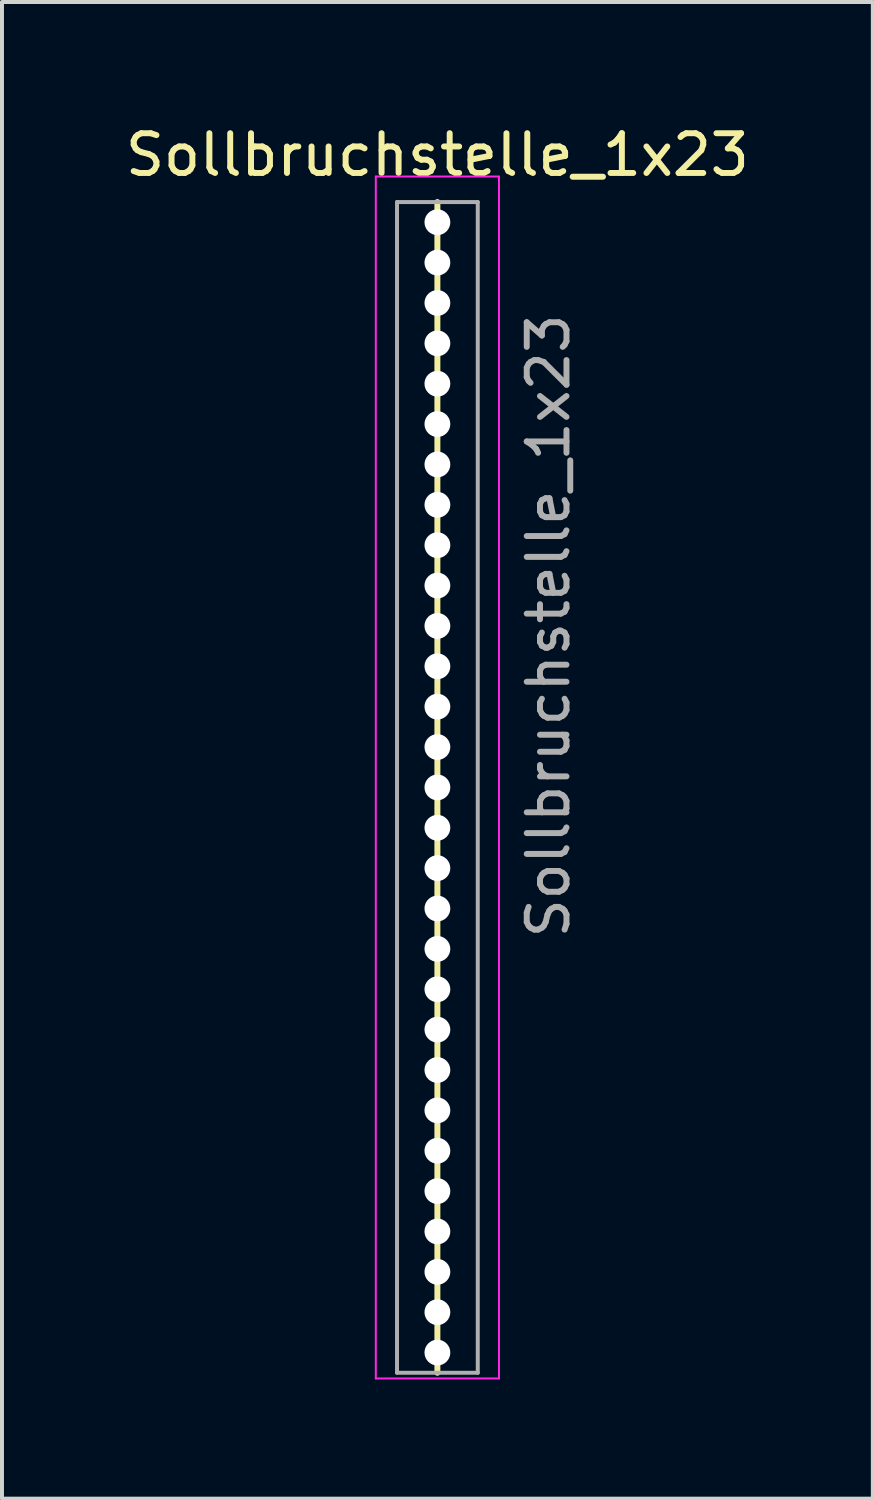
<source format=kicad_pcb>
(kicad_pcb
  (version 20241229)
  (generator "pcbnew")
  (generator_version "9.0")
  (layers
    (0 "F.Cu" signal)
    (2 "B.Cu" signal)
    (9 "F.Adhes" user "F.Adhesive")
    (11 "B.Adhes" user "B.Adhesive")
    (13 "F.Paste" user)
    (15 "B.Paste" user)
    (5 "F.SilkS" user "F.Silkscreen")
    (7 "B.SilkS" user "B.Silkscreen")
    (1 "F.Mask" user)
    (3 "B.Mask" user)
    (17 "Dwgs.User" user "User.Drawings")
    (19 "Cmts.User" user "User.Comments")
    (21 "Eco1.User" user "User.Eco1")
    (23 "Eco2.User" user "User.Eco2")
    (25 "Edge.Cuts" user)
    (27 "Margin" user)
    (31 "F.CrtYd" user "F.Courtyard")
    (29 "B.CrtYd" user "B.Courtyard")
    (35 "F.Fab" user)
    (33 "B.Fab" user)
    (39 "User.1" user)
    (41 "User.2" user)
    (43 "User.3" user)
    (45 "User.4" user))
  (footprint "Sollbruchstelle_1x23"
    (layer "F.Cu")
    (at 7.958 2.543)
    (property "Reference" "Sollbruchstelle_1x23" (at 0 -1.695 0) (layer "F.SilkS") (effects (font (size 1 1) (thickness 0.15))))
    (attr through_hole)
    (fp_line (start 0 -0.508) (end 0 28.956) (stroke (width 0.15) (type solid)) (layer "F.SilkS"))
    (fp_line (start -1.55 -1.15) (end -1.55 29.1) (stroke (width 0.05) (type solid)) (layer "F.CrtYd"))
    (fp_line (start -1.55 29.1) (end 1.55 29.1) (stroke (width 0.05) (type solid)) (layer "F.CrtYd"))
    (fp_line (start 1.55 -1.15) (end -1.55 -1.15) (stroke (width 0.05) (type solid)) (layer "F.CrtYd"))
    (fp_line (start 1.55 29.1) (end 1.55 -1.15) (stroke (width 0.05) (type solid)) (layer "F.CrtYd"))
    (fp_line (start -1.016 -0.508) (end 1.016 -0.508) (stroke (width 0.1) (type solid)) (layer "F.Fab"))
    (fp_line (start -1.016 28.956) (end -1.016 -0.508) (stroke (width 0.1) (type solid)) (layer "F.Fab"))
    (fp_line (start 1.016 -0.508) (end 1.016 28.956) (stroke (width 0.1) (type solid)) (layer "F.Fab"))
    (fp_line (start 1.016 28.956) (end -1.016 28.956) (stroke (width 0.1) (type solid)) (layer "F.Fab"))
    (fp_text user "${REFERENCE}" (at 2.794 10.16 90) (layer "F.Fab") (effects (font (size 1 1) (thickness 0.15))))
    (pad "" np_thru_hole circle (at 0 0) (size 0.65 0.65) (drill 0.65) (layers "*.Cu" "*.Mask"))
    (pad "" np_thru_hole circle (at 0 1.016) (size 0.65 0.65) (drill 0.65) (layers "*.Cu" "*.Mask"))
    (pad "" np_thru_hole circle (at 0 2.032) (size 0.65 0.65) (drill 0.65) (layers "*.Cu" "*.Mask"))
    (pad "" np_thru_hole circle (at 0 3.048) (size 0.65 0.65) (drill 0.65) (layers "*.Cu" "*.Mask"))
    (pad "" np_thru_hole circle (at 0 4.064) (size 0.65 0.65) (drill 0.65) (layers "*.Cu" "*.Mask"))
    (pad "" np_thru_hole circle (at 0 5.08) (size 0.65 0.65) (drill 0.65) (layers "*.Cu" "*.Mask"))
    (pad "" np_thru_hole circle (at 0 6.096) (size 0.65 0.65) (drill 0.65) (layers "*.Cu" "*.Mask"))
    (pad "" np_thru_hole circle (at 0 7.112) (size 0.65 0.65) (drill 0.65) (layers "*.Cu" "*.Mask"))
    (pad "" np_thru_hole circle (at 0 8.128) (size 0.65 0.65) (drill 0.65) (layers "*.Cu" "*.Mask"))
    (pad "" np_thru_hole circle (at 0 9.144) (size 0.65 0.65) (drill 0.65) (layers "*.Cu" "*.Mask"))
    (pad "" np_thru_hole circle (at 0 10.16) (size 0.65 0.65) (drill 0.65) (layers "*.Cu" "*.Mask"))
    (pad "" np_thru_hole circle (at 0 11.176) (size 0.65 0.65) (drill 0.65) (layers "*.Cu" "*.Mask"))
    (pad "" np_thru_hole circle (at 0 12.192) (size 0.65 0.65) (drill 0.65) (layers "*.Cu" "*.Mask"))
    (pad "" np_thru_hole circle (at 0 13.208) (size 0.65 0.65) (drill 0.65) (layers "*.Cu" "*.Mask"))
    (pad "" np_thru_hole circle (at 0 14.224) (size 0.65 0.65) (drill 0.65) (layers "*.Cu" "*.Mask"))
    (pad "" np_thru_hole circle (at 0 15.24) (size 0.65 0.65) (drill 0.65) (layers "*.Cu" "*.Mask"))
    (pad "" np_thru_hole circle (at 0 16.256) (size 0.65 0.65) (drill 0.65) (layers "*.Cu" "*.Mask"))
    (pad "" np_thru_hole circle (at 0 17.272) (size 0.65 0.65) (drill 0.65) (layers "*.Cu" "*.Mask"))
    (pad "" np_thru_hole circle (at 0 18.288) (size 0.65 0.65) (drill 0.65) (layers "*.Cu" "*.Mask"))
    (pad "" np_thru_hole circle (at 0 19.304) (size 0.65 0.65) (drill 0.65) (layers "*.Cu" "*.Mask"))
    (pad "" np_thru_hole circle (at 0 20.32) (size 0.65 0.65) (drill 0.65) (layers "*.Cu" "*.Mask"))
    (pad "" np_thru_hole circle (at 0 21.336) (size 0.65 0.65) (drill 0.65) (layers "*.Cu" "*.Mask"))
    (pad "" np_thru_hole circle (at 0 22.352) (size 0.65 0.65) (drill 0.65) (layers "*.Cu" "*.Mask"))
    (pad "" np_thru_hole circle (at 0 23.368) (size 0.65 0.65) (drill 0.65) (layers "*.Cu" "*.Mask"))
    (pad "" np_thru_hole circle (at 0 24.384) (size 0.65 0.65) (drill 0.65) (layers "*.Cu" "*.Mask"))
    (pad "" np_thru_hole circle (at 0 25.4) (size 0.65 0.65) (drill 0.65) (layers "*.Cu" "*.Mask"))
    (pad "" np_thru_hole circle (at 0 26.416) (size 0.65 0.65) (drill 0.65) (layers "*.Cu" "*.Mask"))
    (pad "" np_thru_hole circle (at 0 27.432) (size 0.65 0.65) (drill 0.65) (layers "*.Cu" "*.Mask"))
    (pad "" np_thru_hole circle (at 0 28.448) (size 0.65 0.65) (drill 0.65) (layers "*.Cu" "*.Mask")))
  (gr_rect
    (start -3 -3)
    (end 18.917 34.668)
    (stroke (width 0.1) (type default))
    (fill no)
    (layer "Edge.Cuts")))
</source>
